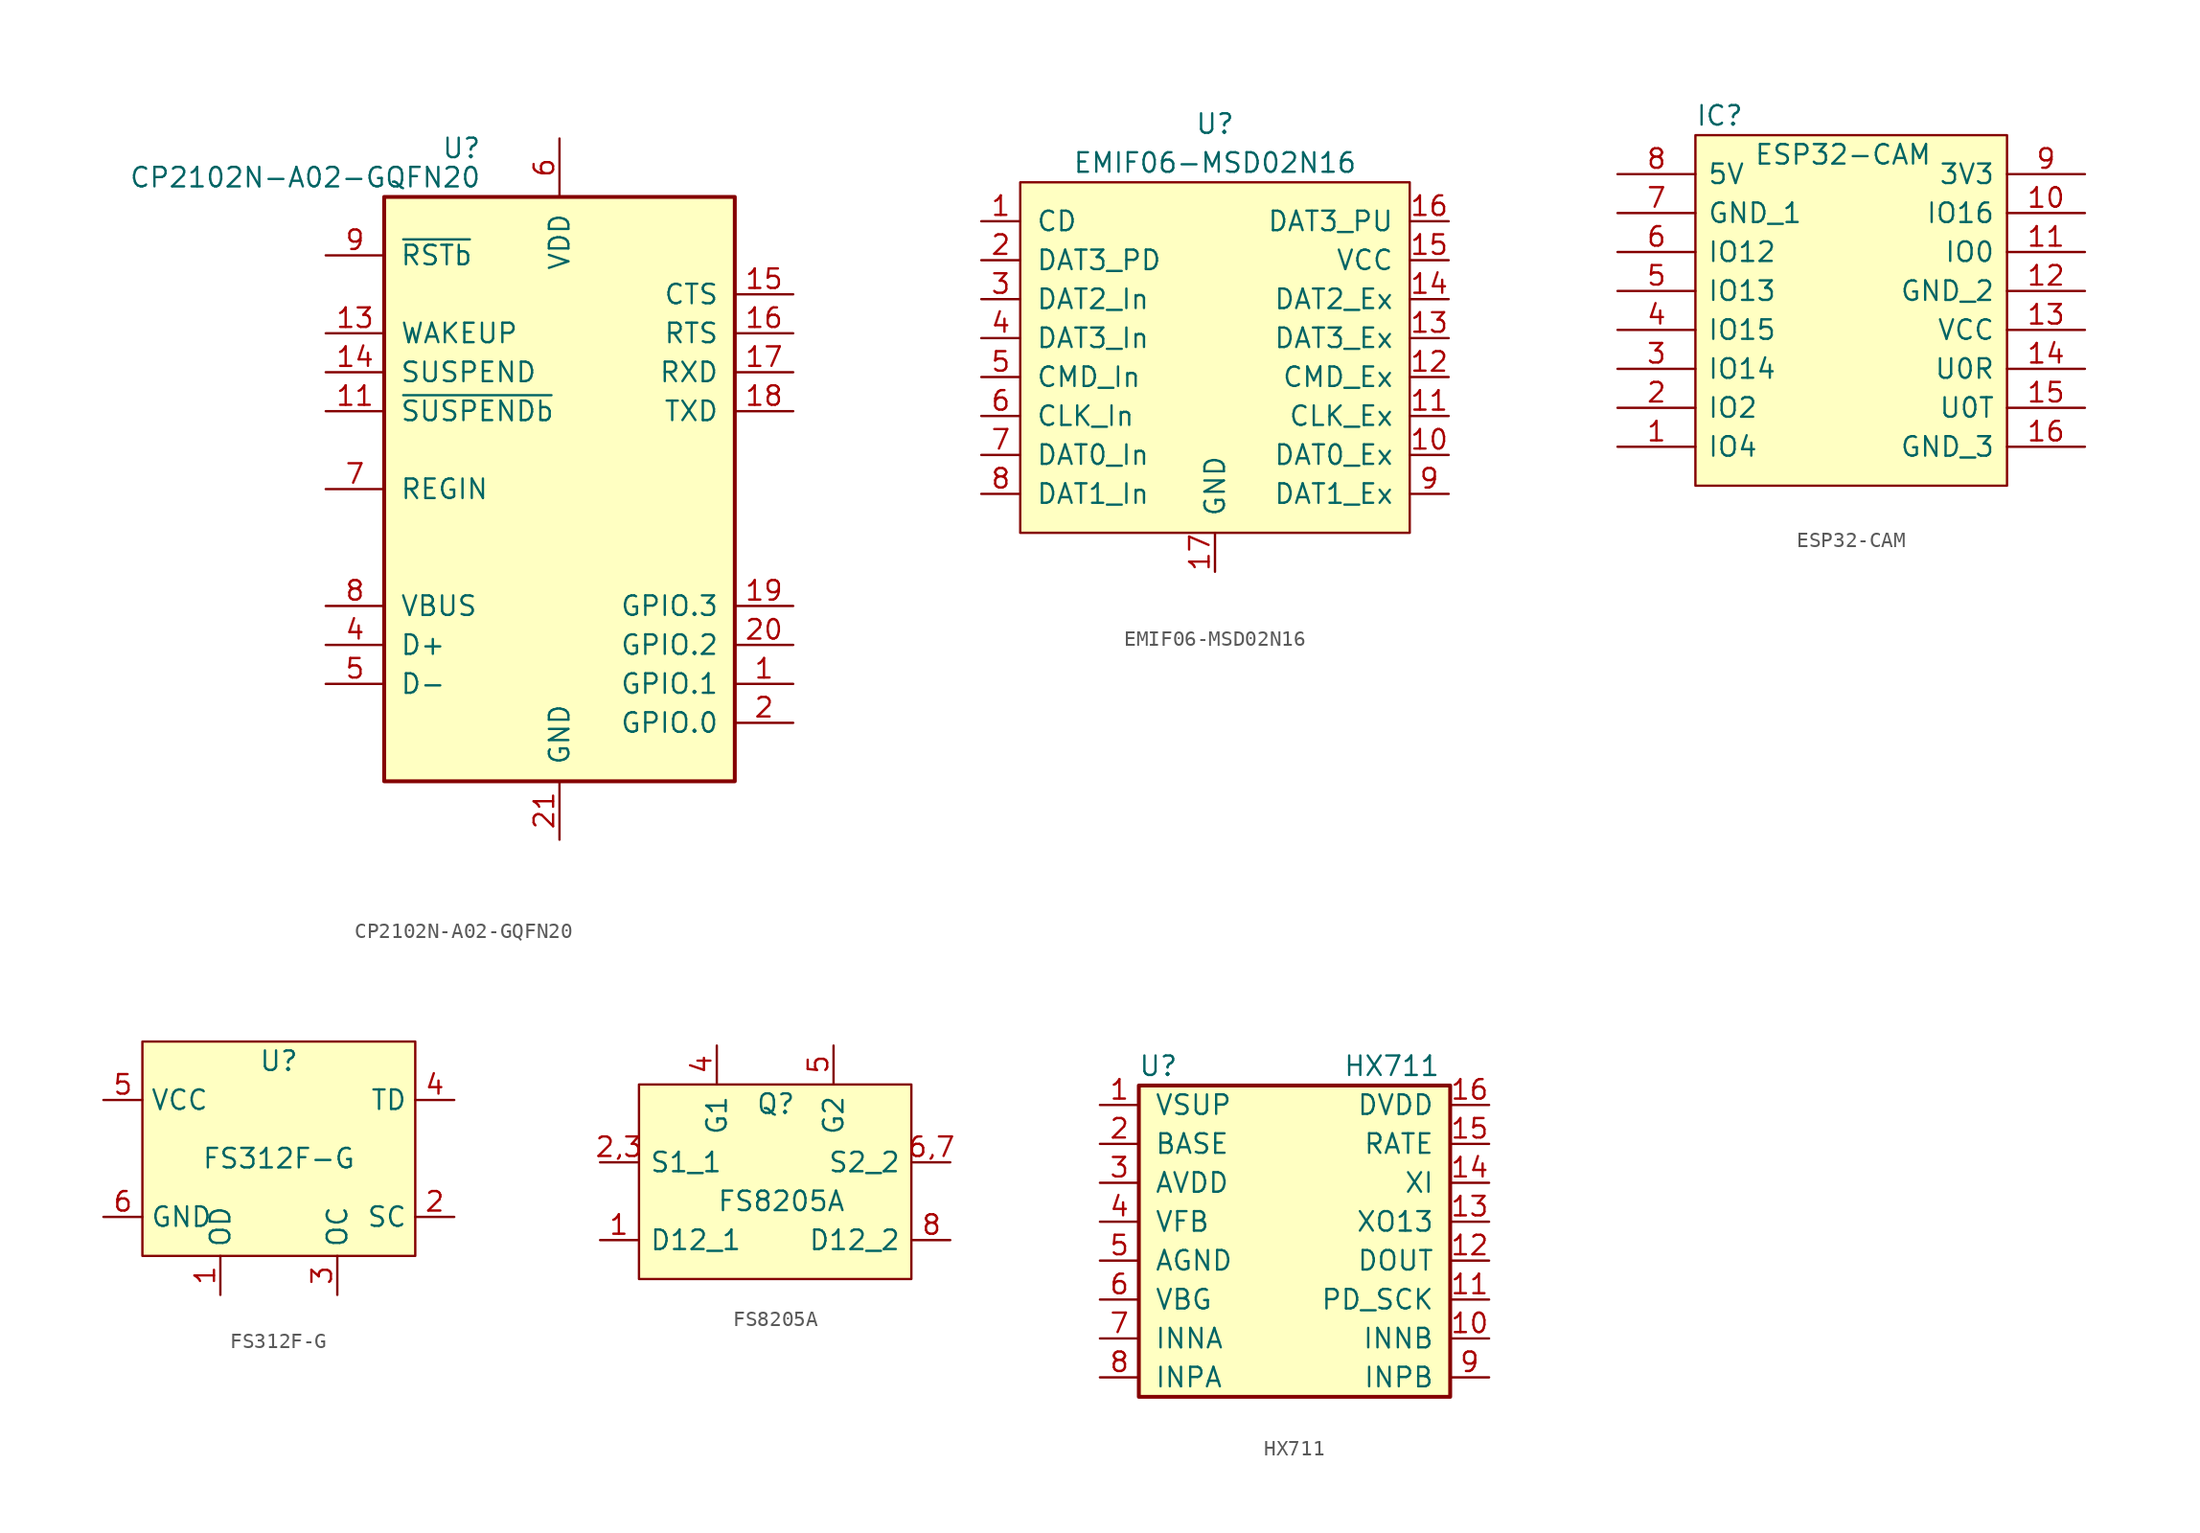
<source format=kicad_sym>
(kicad_symbol_lib
  (version 20211014)
  (generator kicad_symbol_editor)
  (symbol "CP2102N-A02-GQFN20"
    (pin_names
      (offset 1.016))
    (property "Reference" "U"
      (at -5.08 22.225 0)
      (effects (font (size 1.27 1.27)) (justify right)))
    (property "Value" "CP2102N-A02-GQFN20"
      (at -5.08 20.32 0)
      (effects (font (size 1.27 1.27)) (justify right)))
    (symbol "CP2102N-A02-GQFN20_0_1"
      (rectangle (start -11.43 19.05) (end 11.43 -19.05) (stroke (width 0.254) (type default) (color 0 0 0 0)) (fill (type background))))
    (symbol "CP2102N-A02-GQFN20_1_1"
      (pin bidirectional line (at 15.24 -12.7 180) (length 3.81) (name "GPIO.1" (effects (font (size 1.27 1.27)))) (number "1" (effects (font (size 1.27 1.27)))))
      (pin no_connect line (at 10.16 -22.86 90) (length 3.81) hide (name "NC" (effects (font (size 1.27 1.27)))) (number "10" (effects (font (size 1.27 1.27)))))
      (pin output line (at -15.24 5.08 0) (length 3.81) (name "~{SUSPENDb}" (effects (font (size 1.27 1.27)))) (number "11" (effects (font (size 1.27 1.27)))))
      (pin passive line (at 0 -22.86 90) (length 3.81) hide (name "GND" (effects (font (size 1.27 1.27)))) (number "12" (effects (font (size 1.27 1.27)))))
      (pin input line (at -15.24 10.16 0) (length 3.81) (name "WAKEUP" (effects (font (size 1.27 1.27)))) (number "13" (effects (font (size 1.27 1.27)))))
      (pin output line (at -15.24 7.62 0) (length 3.81) (name "SUSPEND" (effects (font (size 1.27 1.27)))) (number "14" (effects (font (size 1.27 1.27)))))
      (pin input line (at 15.24 12.7 180) (length 3.81) (name "CTS" (effects (font (size 1.27 1.27)))) (number "15" (effects (font (size 1.27 1.27)))))
      (pin output line (at 15.24 10.16 180) (length 3.81) (name "RTS" (effects (font (size 1.27 1.27)))) (number "16" (effects (font (size 1.27 1.27)))))
      (pin input line (at 15.24 7.62 180) (length 3.81) (name "RXD" (effects (font (size 1.27 1.27)))) (number "17" (effects (font (size 1.27 1.27)))))
      (pin output line (at 15.24 5.08 180) (length 3.81) (name "TXD" (effects (font (size 1.27 1.27)))) (number "18" (effects (font (size 1.27 1.27)))))
      (pin bidirectional line (at 15.24 -7.62 180) (length 3.81) (name "GPIO.3" (effects (font (size 1.27 1.27)))) (number "19" (effects (font (size 1.27 1.27)))))
      (pin bidirectional line (at 15.24 -15.24 180) (length 3.81) (name "GPIO.0" (effects (font (size 1.27 1.27)))) (number "2" (effects (font (size 1.27 1.27)))))
      (pin bidirectional line (at 15.24 -10.16 180) (length 3.81) (name "GPIO.2" (effects (font (size 1.27 1.27)))) (number "20" (effects (font (size 1.27 1.27)))))
      (pin power_in line (at 0 -22.86 90) (length 3.81) (name "GND" (effects (font (size 1.27 1.27)))) (number "21" (effects (font (size 1.27 1.27)))))
      (pin passive line (at 0 -22.86 90) (length 3.81) hide (name "GND" (effects (font (size 1.27 1.27)))) (number "3" (effects (font (size 1.27 1.27)))))
      (pin bidirectional line (at -15.24 -10.16 0) (length 3.81) (name "D+" (effects (font (size 1.27 1.27)))) (number "4" (effects (font (size 1.27 1.27)))))
      (pin bidirectional line (at -15.24 -12.7 0) (length 3.81) (name "D-" (effects (font (size 1.27 1.27)))) (number "5" (effects (font (size 1.27 1.27)))))
      (pin power_in line (at 0 22.86 270) (length 3.81) (name "VDD" (effects (font (size 1.27 1.27)))) (number "6" (effects (font (size 1.27 1.27)))))
      (pin power_in line (at -15.24 0 0) (length 3.81) (name "REGIN" (effects (font (size 1.27 1.27)))) (number "7" (effects (font (size 1.27 1.27)))))
      (pin input line (at -15.24 -7.62 0) (length 3.81) (name "VBUS" (effects (font (size 1.27 1.27)))) (number "8" (effects (font (size 1.27 1.27)))))
      (pin input line (at -15.24 15.24 0) (length 3.81) (name "~{RSTb}" (effects (font (size 1.27 1.27)))) (number "9" (effects (font (size 1.27 1.27)))))))
  (symbol "EMIF06-MSD02N16"
    (pin_names
      (offset 1.016))
    (property "Reference" "U"
      (at 0 15.24 0)
      (effects (font (size 1.27 1.27))))
    (property "Value" "EMIF06-MSD02N16"
      (at 0 12.7 0)
      (effects (font (size 1.27 1.27))))
    (symbol "EMIF06-MSD02N16_0_1"
      (rectangle (start -12.7 11.43) (end 12.7 -11.43) (stroke (width 0) (type default) (color 0 0 0 0)) (fill (type background))))
    (symbol "EMIF06-MSD02N16_1_1"
      (pin input line (at -15.24 8.89 0) (length 2.54) (name "CD" (effects (font (size 1.27 1.27)))) (number "1" (effects (font (size 1.27 1.27)))))
      (pin bidirectional line (at 15.24 -6.35 180) (length 2.54) (name "DAT0_Ex" (effects (font (size 1.27 1.27)))) (number "10" (effects (font (size 1.27 1.27)))))
      (pin bidirectional line (at 15.24 -3.81 180) (length 2.54) (name "CLK_Ex" (effects (font (size 1.27 1.27)))) (number "11" (effects (font (size 1.27 1.27)))))
      (pin bidirectional line (at 15.24 -1.27 180) (length 2.54) (name "CMD_Ex" (effects (font (size 1.27 1.27)))) (number "12" (effects (font (size 1.27 1.27)))))
      (pin bidirectional line (at 15.24 1.27 180) (length 2.54) (name "DAT3_Ex" (effects (font (size 1.27 1.27)))) (number "13" (effects (font (size 1.27 1.27)))))
      (pin bidirectional line (at 15.24 3.81 180) (length 2.54) (name "DAT2_Ex" (effects (font (size 1.27 1.27)))) (number "14" (effects (font (size 1.27 1.27)))))
      (pin power_in line (at 15.24 6.35 180) (length 2.54) (name "VCC" (effects (font (size 1.27 1.27)))) (number "15" (effects (font (size 1.27 1.27)))))
      (pin input line (at 15.24 8.89 180) (length 2.54) (name "DAT3_PU" (effects (font (size 1.27 1.27)))) (number "16" (effects (font (size 1.27 1.27)))))
      (pin power_in line (at 0 -13.97 90) (length 2.54) (name "GND" (effects (font (size 1.27 1.27)))) (number "17" (effects (font (size 1.27 1.27)))))
      (pin power_in line (at -15.24 6.35 0) (length 2.54) (name "DAT3_PD" (effects (font (size 1.27 1.27)))) (number "2" (effects (font (size 1.27 1.27)))))
      (pin bidirectional line (at -15.24 3.81 0) (length 2.54) (name "DAT2_In" (effects (font (size 1.27 1.27)))) (number "3" (effects (font (size 1.27 1.27)))))
      (pin bidirectional line (at -15.24 1.27 0) (length 2.54) (name "DAT3_In" (effects (font (size 1.27 1.27)))) (number "4" (effects (font (size 1.27 1.27)))))
      (pin bidirectional line (at -15.24 -1.27 0) (length 2.54) (name "CMD_In" (effects (font (size 1.27 1.27)))) (number "5" (effects (font (size 1.27 1.27)))))
      (pin bidirectional line (at -15.24 -3.81 0) (length 2.54) (name "CLK_In" (effects (font (size 1.27 1.27)))) (number "6" (effects (font (size 1.27 1.27)))))
      (pin bidirectional line (at -15.24 -6.35 0) (length 2.54) (name "DAT0_In" (effects (font (size 1.27 1.27)))) (number "7" (effects (font (size 1.27 1.27)))))
      (pin bidirectional line (at -15.24 -8.89 0) (length 2.54) (name "DAT1_In" (effects (font (size 1.27 1.27)))) (number "8" (effects (font (size 1.27 1.27)))))
      (pin bidirectional line (at 15.24 -8.89 180) (length 2.54) (name "DAT1_Ex" (effects (font (size 1.27 1.27)))) (number "9" (effects (font (size 1.27 1.27)))))))
  (symbol "ESP32-CAM"
    (pin_names
      (offset 0.762))
    (property "Reference" "IC"
      (at 5.08 3.81 0)
      (effects (font (size 1.27 1.27)) (justify left)))
    (property "Value" "ESP32-CAM"
      (at 8.89 1.27 0)
      (effects (font (size 1.27 1.27)) (justify left)))
    (symbol "ESP32-CAM_0_0"
      (pin passive line (at 0 -17.78 0) (length 5.08) (name "IO4" (effects (font (size 1.27 1.27)))) (number "1" (effects (font (size 1.27 1.27)))))
      (pin passive line (at 30.48 -2.54 180) (length 5.08) (name "IO16" (effects (font (size 1.27 1.27)))) (number "10" (effects (font (size 1.27 1.27)))))
      (pin passive line (at 30.48 -5.08 180) (length 5.08) (name "IO0" (effects (font (size 1.27 1.27)))) (number "11" (effects (font (size 1.27 1.27)))))
      (pin passive line (at 30.48 -7.62 180) (length 5.08) (name "GND_2" (effects (font (size 1.27 1.27)))) (number "12" (effects (font (size 1.27 1.27)))))
      (pin passive line (at 30.48 -10.16 180) (length 5.08) (name "VCC" (effects (font (size 1.27 1.27)))) (number "13" (effects (font (size 1.27 1.27)))))
      (pin passive line (at 30.48 -12.7 180) (length 5.08) (name "U0R" (effects (font (size 1.27 1.27)))) (number "14" (effects (font (size 1.27 1.27)))))
      (pin passive line (at 30.48 -15.24 180) (length 5.08) (name "U0T" (effects (font (size 1.27 1.27)))) (number "15" (effects (font (size 1.27 1.27)))))
      (pin passive line (at 30.48 -17.78 180) (length 5.08) (name "GND_3" (effects (font (size 1.27 1.27)))) (number "16" (effects (font (size 1.27 1.27)))))
      (pin passive line (at 0 -15.24 0) (length 5.08) (name "IO2" (effects (font (size 1.27 1.27)))) (number "2" (effects (font (size 1.27 1.27)))))
      (pin passive line (at 0 -12.7 0) (length 5.08) (name "IO14" (effects (font (size 1.27 1.27)))) (number "3" (effects (font (size 1.27 1.27)))))
      (pin passive line (at 0 -10.16 0) (length 5.08) (name "IO15" (effects (font (size 1.27 1.27)))) (number "4" (effects (font (size 1.27 1.27)))))
      (pin passive line (at 0 -7.62 0) (length 5.08) (name "IO13" (effects (font (size 1.27 1.27)))) (number "5" (effects (font (size 1.27 1.27)))))
      (pin passive line (at 0 -5.08 0) (length 5.08) (name "IO12" (effects (font (size 1.27 1.27)))) (number "6" (effects (font (size 1.27 1.27)))))
      (pin passive line (at 0 -2.54 0) (length 5.08) (name "GND_1" (effects (font (size 1.27 1.27)))) (number "7" (effects (font (size 1.27 1.27)))))
      (pin power_in line (at 0 0 0) (length 5.08) (name "5V" (effects (font (size 1.27 1.27)))) (number "8" (effects (font (size 1.27 1.27)))))
      (pin power_out line (at 30.48 0 180) (length 5.08) (name "3V3" (effects (font (size 1.27 1.27)))) (number "9" (effects (font (size 1.27 1.27))))))
    (symbol "ESP32-CAM_0_1"
      (polyline (pts (xy 5.08 2.54) (xy 25.4 2.54) (xy 25.4 -20.32) (xy 5.08 -20.32) (xy 5.08 2.54)) (stroke (width 0.152) (type default) (color 0 0 0 0)) (fill (type background)))))
  (symbol "FS312F-G"
    (property "Reference" "U"
      (at 0 6.35 0)
      (effects (font (size 1.27 1.27))))
    (property "Value" "FS312F-G"
      (at 0 0 0)
      (effects (font (size 1.27 1.27))))
    (symbol "FS312F-G_0_1"
      (rectangle (start -8.89 7.62) (end 8.89 -6.35) (stroke (width 0) (type default) (color 0 0 0 0)) (fill (type background))))
    (symbol "FS312F-G_1_1"
      (pin passive line (at -3.81 -8.89 90) (length 2.54) (name "OD" (effects (font (size 1.27 1.27)))) (number "1" (effects (font (size 1.27 1.27)))))
      (pin passive line (at 11.43 -3.81 180) (length 2.54) (name "SC" (effects (font (size 1.27 1.27)))) (number "2" (effects (font (size 1.27 1.27)))))
      (pin passive line (at 3.81 -8.89 90) (length 2.54) (name "OC" (effects (font (size 1.27 1.27)))) (number "3" (effects (font (size 1.27 1.27)))))
      (pin passive line (at 11.43 3.81 180) (length 2.54) (name "TD" (effects (font (size 1.27 1.27)))) (number "4" (effects (font (size 1.27 1.27)))))
      (pin power_in line (at -11.43 3.81 0) (length 2.54) (name "VCC" (effects (font (size 1.27 1.27)))) (number "5" (effects (font (size 1.27 1.27)))))
      (pin passive line (at -11.43 -3.81 0) (length 2.54) (name "GND" (effects (font (size 1.27 1.27)))) (number "6" (effects (font (size 1.27 1.27)))))))
  (symbol "FS8205A"
    (pin_names
      (offset 0.762))
    (property "Reference" "Q"
      (at -1.27 5.08 0)
      (effects (font (size 1.27 1.27)) (justify left)))
    (property "Value" "FS8205A"
      (at -3.81 -1.27 0)
      (effects (font (size 1.27 1.27)) (justify left)))
    (symbol "FS8205A_0_0"
      (pin unspecified line (at -11.43 -3.81 0) (length 2.45) (name "D12_1" (effects (font (size 1.27 1.27)))) (number "1" (effects (font (size 1.27 1.27)))))
      (pin unspecified line (at -11.43 1.27 0) (length 2.45) (name "S1_1" (effects (font (size 1.27 1.27)))) (number "2,3" (effects (font (size 1.27 1.27)))))
      (pin unspecified line (at -3.81 8.89 270) (length 2.45) (name "G1" (effects (font (size 1.27 1.27)))) (number "4" (effects (font (size 1.27 1.27)))))
      (pin unspecified line (at 3.81 8.89 270) (length 2.45) (name "G2" (effects (font (size 1.27 1.27)))) (number "5" (effects (font (size 1.27 1.27)))))
      (pin unspecified line (at 11.43 1.27 180) (length 2.45) (name "S2_2" (effects (font (size 1.27 1.27)))) (number "6,7" (effects (font (size 1.27 1.27)))))
      (pin unspecified line (at 11.43 -3.81 180) (length 2.45) (name "D12_2" (effects (font (size 1.27 1.27)))) (number "8" (effects (font (size 1.27 1.27))))))
    (symbol "FS8205A_0_1"
      (polyline (pts (xy -8.89 6.35) (xy 8.89 6.35) (xy 8.89 -6.35) (xy -8.89 -6.35) (xy -8.89 6.35)) (stroke (width 0.152) (type default) (color 0 0 0 0)) (fill (type background)))))
  (symbol "HX711"
    (pin_names
      (offset 1.016))
    (property "Reference" "U"
      (at -8.89 15.24 0)
      (effects (font (size 1.27 1.27))))
    (property "Value" "HX711"
      (at 6.35 15.24 0)
      (effects (font (size 1.27 1.27))))
    (symbol "HX711_0_1"
      (rectangle (start -10.16 13.97) (end 10.16 -6.35) (stroke (width 0.254) (type default) (color 0 0 0 0)) (fill (type background))))
    (symbol "HX711_1_1"
      (pin input line (at -12.7 12.7 0) (length 2.54) (name "VSUP" (effects (font (size 1.27 1.27)))) (number "1" (effects (font (size 1.27 1.27)))))
      (pin passive line (at 12.7 -2.54 180) (length 2.54) (name "INNB" (effects (font (size 1.27 1.27)))) (number "10" (effects (font (size 1.27 1.27)))))
      (pin passive line (at 12.7 0 180) (length 2.54) (name "PD_SCK" (effects (font (size 1.27 1.27)))) (number "11" (effects (font (size 1.27 1.27)))))
      (pin passive line (at 12.7 2.54 180) (length 2.54) (name "DOUT" (effects (font (size 1.27 1.27)))) (number "12" (effects (font (size 1.27 1.27)))))
      (pin passive line (at 12.7 5.08 180) (length 2.54) (name "XO13" (effects (font (size 1.27 1.27)))) (number "13" (effects (font (size 1.27 1.27)))))
      (pin passive line (at 12.7 7.62 180) (length 2.54) (name "XI" (effects (font (size 1.27 1.27)))) (number "14" (effects (font (size 1.27 1.27)))))
      (pin passive line (at 12.7 10.16 180) (length 2.54) (name "RATE" (effects (font (size 1.27 1.27)))) (number "15" (effects (font (size 1.27 1.27)))))
      (pin input line (at 12.7 12.7 180) (length 2.54) (name "DVDD" (effects (font (size 1.27 1.27)))) (number "16" (effects (font (size 1.27 1.27)))))
      (pin output line (at -12.7 10.16 0) (length 2.54) (name "BASE" (effects (font (size 1.27 1.27)))) (number "2" (effects (font (size 1.27 1.27)))))
      (pin passive line (at -12.7 7.62 0) (length 2.54) (name "AVDD" (effects (font (size 1.27 1.27)))) (number "3" (effects (font (size 1.27 1.27)))))
      (pin passive line (at -12.7 5.08 0) (length 2.54) (name "VFB" (effects (font (size 1.27 1.27)))) (number "4" (effects (font (size 1.27 1.27)))))
      (pin passive line (at -12.7 2.54 0) (length 2.54) (name "AGND" (effects (font (size 1.27 1.27)))) (number "5" (effects (font (size 1.27 1.27)))))
      (pin passive line (at -12.7 0 0) (length 2.54) (name "VBG" (effects (font (size 1.27 1.27)))) (number "6" (effects (font (size 1.27 1.27)))))
      (pin passive line (at -12.7 -2.54 0) (length 2.54) (name "INNA" (effects (font (size 1.27 1.27)))) (number "7" (effects (font (size 1.27 1.27)))))
      (pin passive line (at -12.7 -5.08 0) (length 2.54) (name "INPA" (effects (font (size 1.27 1.27)))) (number "8" (effects (font (size 1.27 1.27)))))
      (pin passive line (at 12.7 -5.08 180) (length 2.54) (name "INPB" (effects (font (size 1.27 1.27)))) (number "9" (effects (font (size 1.27 1.27))))))))
</source>
